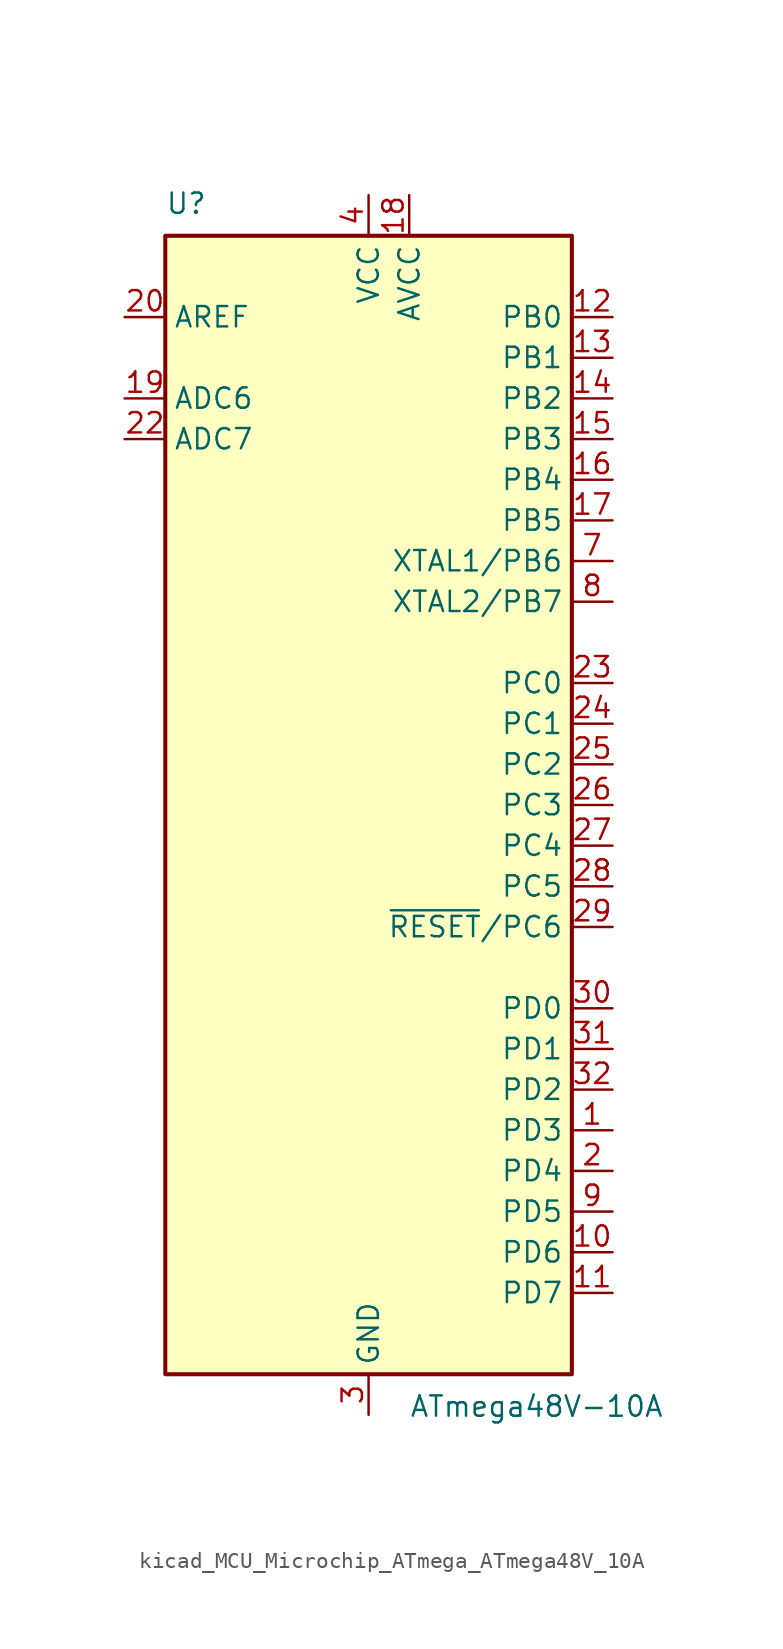
<source format=kicad_sym>
(kicad_symbol_lib
  (version 20220914)
  (generator kicad_symbol_editor)
  (symbol "kicad_MCU_Microchip_ATmega_ATmega48V_10A"
    (property "Reference" "U"
      (at -12.7 36.83 0)
      (effects (font (size 1.27 1.27)) (justify left bottom)))
    (property "Value" "ATmega48V-10A"
      (at 2.54 -36.83 0)
      (effects (font (size 1.27 1.27)) (justify left top)))
    (symbol "kicad_MCU_Microchip_ATmega_ATmega48V_10A_0_1"
      (rectangle (start -12.7 -35.56) (end 12.7 35.56) (stroke (width 0.254) (type default)) (fill (type background))))
    (symbol "kicad_MCU_Microchip_ATmega_ATmega48V_10A_1_1"
      (pin bidirectional line (at 15.24 -20.32 180) (length 2.54) (name "PD3" (effects (font (size 1.27 1.27)))) (number "1" (effects (font (size 1.27 1.27)))))
      (pin bidirectional line (at 15.24 -27.94 180) (length 2.54) (name "PD6" (effects (font (size 1.27 1.27)))) (number "10" (effects (font (size 1.27 1.27)))))
      (pin bidirectional line (at 15.24 -30.48 180) (length 2.54) (name "PD7" (effects (font (size 1.27 1.27)))) (number "11" (effects (font (size 1.27 1.27)))))
      (pin bidirectional line (at 15.24 30.48 180) (length 2.54) (name "PB0" (effects (font (size 1.27 1.27)))) (number "12" (effects (font (size 1.27 1.27)))))
      (pin bidirectional line (at 15.24 27.94 180) (length 2.54) (name "PB1" (effects (font (size 1.27 1.27)))) (number "13" (effects (font (size 1.27 1.27)))))
      (pin bidirectional line (at 15.24 25.4 180) (length 2.54) (name "PB2" (effects (font (size 1.27 1.27)))) (number "14" (effects (font (size 1.27 1.27)))))
      (pin bidirectional line (at 15.24 22.86 180) (length 2.54) (name "PB3" (effects (font (size 1.27 1.27)))) (number "15" (effects (font (size 1.27 1.27)))))
      (pin bidirectional line (at 15.24 20.32 180) (length 2.54) (name "PB4" (effects (font (size 1.27 1.27)))) (number "16" (effects (font (size 1.27 1.27)))))
      (pin bidirectional line (at 15.24 17.78 180) (length 2.54) (name "PB5" (effects (font (size 1.27 1.27)))) (number "17" (effects (font (size 1.27 1.27)))))
      (pin power_in line (at 2.54 38.1 270) (length 2.54) (name "AVCC" (effects (font (size 1.27 1.27)))) (number "18" (effects (font (size 1.27 1.27)))))
      (pin input line (at -15.24 25.4 0) (length 2.54) (name "ADC6" (effects (font (size 1.27 1.27)))) (number "19" (effects (font (size 1.27 1.27)))))
      (pin bidirectional line (at 15.24 -22.86 180) (length 2.54) (name "PD4" (effects (font (size 1.27 1.27)))) (number "2" (effects (font (size 1.27 1.27)))))
      (pin passive line (at -15.24 30.48 0) (length 2.54) (name "AREF" (effects (font (size 1.27 1.27)))) (number "20" (effects (font (size 1.27 1.27)))))
      (pin passive line (at 0 -38.1 90) (length 2.54) hide (name "GND" (effects (font (size 1.27 1.27)))) (number "21" (effects (font (size 1.27 1.27)))))
      (pin input line (at -15.24 22.86 0) (length 2.54) (name "ADC7" (effects (font (size 1.27 1.27)))) (number "22" (effects (font (size 1.27 1.27)))))
      (pin bidirectional line (at 15.24 7.62 180) (length 2.54) (name "PC0" (effects (font (size 1.27 1.27)))) (number "23" (effects (font (size 1.27 1.27)))))
      (pin bidirectional line (at 15.24 5.08 180) (length 2.54) (name "PC1" (effects (font (size 1.27 1.27)))) (number "24" (effects (font (size 1.27 1.27)))))
      (pin bidirectional line (at 15.24 2.54 180) (length 2.54) (name "PC2" (effects (font (size 1.27 1.27)))) (number "25" (effects (font (size 1.27 1.27)))))
      (pin bidirectional line (at 15.24 0 180) (length 2.54) (name "PC3" (effects (font (size 1.27 1.27)))) (number "26" (effects (font (size 1.27 1.27)))))
      (pin bidirectional line (at 15.24 -2.54 180) (length 2.54) (name "PC4" (effects (font (size 1.27 1.27)))) (number "27" (effects (font (size 1.27 1.27)))))
      (pin bidirectional line (at 15.24 -5.08 180) (length 2.54) (name "PC5" (effects (font (size 1.27 1.27)))) (number "28" (effects (font (size 1.27 1.27)))))
      (pin bidirectional line (at 15.24 -7.62 180) (length 2.54) (name "~{RESET}/PC6" (effects (font (size 1.27 1.27)))) (number "29" (effects (font (size 1.27 1.27)))))
      (pin power_in line (at 0 -38.1 90) (length 2.54) (name "GND" (effects (font (size 1.27 1.27)))) (number "3" (effects (font (size 1.27 1.27)))))
      (pin bidirectional line (at 15.24 -12.7 180) (length 2.54) (name "PD0" (effects (font (size 1.27 1.27)))) (number "30" (effects (font (size 1.27 1.27)))))
      (pin bidirectional line (at 15.24 -15.24 180) (length 2.54) (name "PD1" (effects (font (size 1.27 1.27)))) (number "31" (effects (font (size 1.27 1.27)))))
      (pin bidirectional line (at 15.24 -17.78 180) (length 2.54) (name "PD2" (effects (font (size 1.27 1.27)))) (number "32" (effects (font (size 1.27 1.27)))))
      (pin power_in line (at 0 38.1 270) (length 2.54) (name "VCC" (effects (font (size 1.27 1.27)))) (number "4" (effects (font (size 1.27 1.27)))))
      (pin passive line (at 0 -38.1 90) (length 2.54) hide (name "GND" (effects (font (size 1.27 1.27)))) (number "5" (effects (font (size 1.27 1.27)))))
      (pin passive line (at 0 38.1 270) (length 2.54) hide (name "VCC" (effects (font (size 1.27 1.27)))) (number "6" (effects (font (size 1.27 1.27)))))
      (pin bidirectional line (at 15.24 15.24 180) (length 2.54) (name "XTAL1/PB6" (effects (font (size 1.27 1.27)))) (number "7" (effects (font (size 1.27 1.27)))))
      (pin bidirectional line (at 15.24 12.7 180) (length 2.54) (name "XTAL2/PB7" (effects (font (size 1.27 1.27)))) (number "8" (effects (font (size 1.27 1.27)))))
      (pin bidirectional line (at 15.24 -25.4 180) (length 2.54) (name "PD5" (effects (font (size 1.27 1.27)))) (number "9" (effects (font (size 1.27 1.27))))))))
</source>
